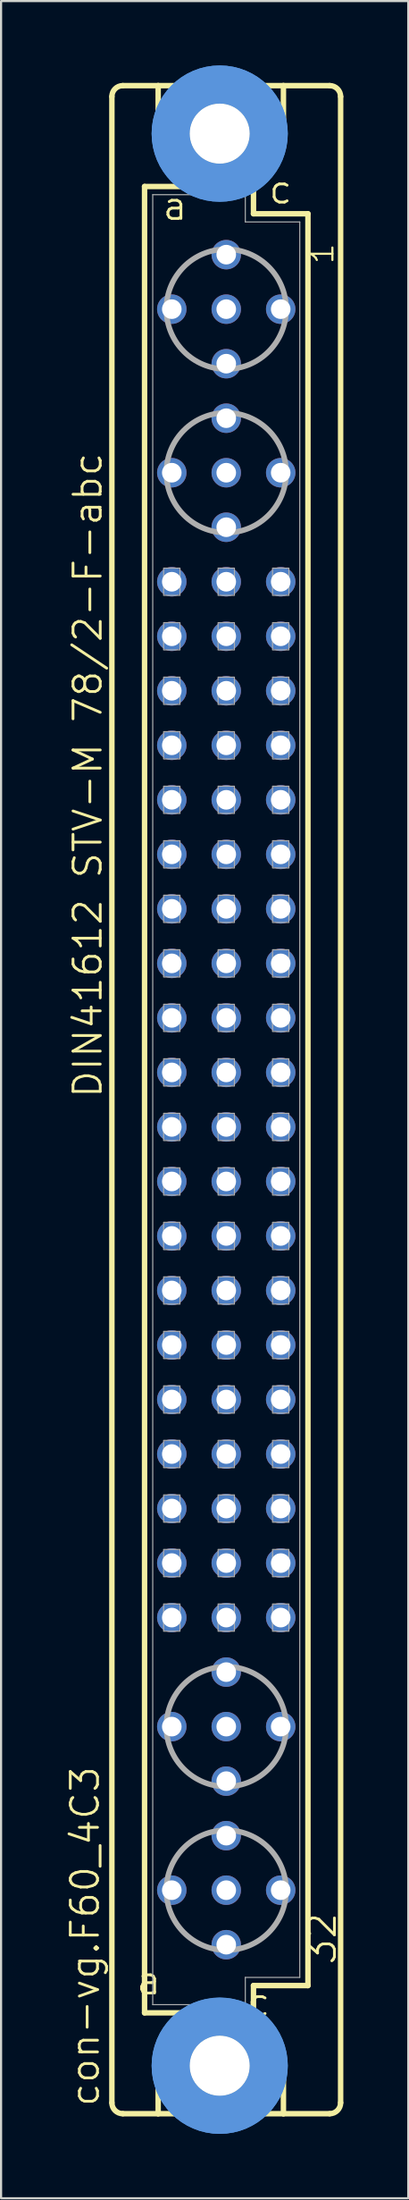
<source format=kicad_pcb>
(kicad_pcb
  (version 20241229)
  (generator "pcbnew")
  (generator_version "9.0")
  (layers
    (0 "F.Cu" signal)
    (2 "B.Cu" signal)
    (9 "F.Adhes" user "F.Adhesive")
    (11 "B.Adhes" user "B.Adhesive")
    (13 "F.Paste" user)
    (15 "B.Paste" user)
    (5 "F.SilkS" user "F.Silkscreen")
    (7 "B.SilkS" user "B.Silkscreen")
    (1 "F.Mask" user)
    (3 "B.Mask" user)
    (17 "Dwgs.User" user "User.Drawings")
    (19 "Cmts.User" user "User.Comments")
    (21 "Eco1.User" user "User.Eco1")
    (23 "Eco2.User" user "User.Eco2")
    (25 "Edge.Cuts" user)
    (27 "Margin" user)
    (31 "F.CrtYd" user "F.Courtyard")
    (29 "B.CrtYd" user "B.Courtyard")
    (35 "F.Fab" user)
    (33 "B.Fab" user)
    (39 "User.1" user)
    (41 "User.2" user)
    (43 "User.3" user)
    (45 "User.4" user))
  (footprint "con-vg.F60_4C3"
    (layer "F.Cu")
    (at 7.502 48.184)
    (property "Reference" "con-vg.F60_4C3" (at -5.842 46.99 90) (layer "F.SilkS") (effects (font (size 1.27 1.27) (thickness 0.13)) (justify left bottom)))
    (attr through_hole)
    (fp_line (start -5.334 46.736) (end -5.334 -46.736) (stroke (width 0.254) (type default)) (layer "F.SilkS"))
    (fp_line (start -4.826 -47.244) (end -3.175 -47.244) (stroke (width 0.254) (type default)) (layer "F.SilkS"))
    (fp_line (start -4.826 47.244) (end -3.175 47.244) (stroke (width 0.254) (type default)) (layer "F.SilkS"))
    (fp_line (start -3.81 -42.545) (end -3.81 42.545) (stroke (width 0.254) (type default)) (layer "F.SilkS"))
    (fp_line (start -3.81 42.545) (end -1.651 42.545) (stroke (width 0.254) (type default)) (layer "F.SilkS"))
    (fp_line (start -3.175 -47.244) (end -3.175 -44.45) (stroke (width 0.254) (type default)) (layer "F.SilkS"))
    (fp_line (start -3.175 47.244) (end -3.175 44.45) (stroke (width 0.254) (type default)) (layer "F.SilkS"))
    (fp_line (start -3.175 47.244) (end 2.667 47.244) (stroke (width 0.254) (type default)) (layer "F.SilkS"))
    (fp_line (start -1.651 -42.545) (end -3.81 -42.545) (stroke (width 0.254) (type default)) (layer "F.SilkS"))
    (fp_line (start -1.651 -42.545) (end -3.175 -44.45) (stroke (width 0.254) (type default)) (layer "F.SilkS"))
    (fp_line (start -1.651 42.545) (end -3.175 44.45) (stroke (width 0.254) (type default)) (layer "F.SilkS"))
    (fp_line (start -1.651 42.545) (end 1.143 42.545) (stroke (width 0.254) (type default)) (layer "F.SilkS"))
    (fp_line (start 1.143 -42.545) (end -1.651 -42.545) (stroke (width 0.254) (type default)) (layer "F.SilkS"))
    (fp_line (start 1.143 -42.545) (end 2.667 -44.45) (stroke (width 0.254) (type default)) (layer "F.SilkS"))
    (fp_line (start 1.143 42.545) (end 1.27 42.545) (stroke (width 0.254) (type default)) (layer "F.SilkS"))
    (fp_line (start 1.143 42.545) (end 2.667 44.45) (stroke (width 0.254) (type default)) (layer "F.SilkS"))
    (fp_line (start 1.27 -42.545) (end 1.143 -42.545) (stroke (width 0.254) (type default)) (layer "F.SilkS"))
    (fp_line (start 1.27 -41.275) (end 1.27 -42.545) (stroke (width 0.254) (type default)) (layer "F.SilkS"))
    (fp_line (start 1.27 41.275) (end 3.81 41.275) (stroke (width 0.254) (type default)) (layer "F.SilkS"))
    (fp_line (start 1.27 42.545) (end 1.27 41.275) (stroke (width 0.254) (type default)) (layer "F.SilkS"))
    (fp_line (start 2.667 -47.244) (end -3.175 -47.244) (stroke (width 0.254) (type default)) (layer "F.SilkS"))
    (fp_line (start 2.667 -47.244) (end 2.667 -44.45) (stroke (width 0.254) (type default)) (layer "F.SilkS"))
    (fp_line (start 2.667 47.244) (end 2.667 44.45) (stroke (width 0.254) (type default)) (layer "F.SilkS"))
    (fp_line (start 2.667 47.244) (end 4.826 47.244) (stroke (width 0.254) (type default)) (layer "F.SilkS"))
    (fp_line (start 3.81 -41.275) (end 1.27 -41.275) (stroke (width 0.254) (type default)) (layer "F.SilkS"))
    (fp_line (start 3.81 41.275) (end 3.81 -41.275) (stroke (width 0.254) (type default)) (layer "F.SilkS"))
    (fp_line (start 4.826 -47.244) (end 2.667 -47.244) (stroke (width 0.254) (type default)) (layer "F.SilkS"))
    (fp_line (start 5.334 46.736) (end 5.334 -46.736) (stroke (width 0.254) (type default)) (layer "F.SilkS"))
    (fp_arc (start -5.334 -46.736) (mid -5.18521 -47.09521) (end -4.826 -47.244) (stroke (width 0.254) (type default)) (layer "F.SilkS"))
    (fp_arc (start -4.826 47.244) (mid -5.18521 47.09521) (end -5.334 46.736) (stroke (width 0.254) (type default)) (layer "F.SilkS"))
    (fp_arc (start 4.826 -47.244) (mid 5.18521 -47.09521) (end 5.334 -46.736) (stroke (width 0.254) (type default)) (layer "F.SilkS"))
    (fp_arc (start 5.334 46.736) (mid 5.18521 47.09521) (end 4.826 47.244) (stroke (width 0.254) (type default)) (layer "F.SilkS"))
    (fp_circle (center -0.305 -45.009) (end 0.965 -45.009) (stroke (width 0.254) (type default)) (fill no) (layer "F.SilkS"))
    (fp_circle (center -0.305 45.009) (end 0.965 45.009) (stroke (width 0.254) (type default)) (fill no) (layer "F.SilkS"))
    (fp_circle (center -0.305 -45.009) (end 1.981 -45.009) (stroke (width 1.778) (type default)) (fill no) (layer "Cmts.User"))
    (fp_circle (center -0.305 -45.009) (end 1.981 -45.009) (stroke (width 1.778) (type default)) (fill no) (layer "Cmts.User"))
    (fp_circle (center -0.305 45.009) (end 1.981 45.009) (stroke (width 1.778) (type default)) (fill no) (layer "Cmts.User"))
    (fp_circle (center -0.305 45.009) (end 1.981 45.009) (stroke (width 1.778) (type default)) (fill no) (layer "Cmts.User"))
    (fp_line (start -3.429 -42.164) (end -3.429 42.164) (stroke (width 0.051) (type default)) (layer "F.Fab"))
    (fp_line (start -3.429 -42.164) (end 0.889 -42.164) (stroke (width 0.051) (type default)) (layer "F.Fab"))
    (fp_line (start -3.429 42.164) (end 0.889 42.164) (stroke (width 0.051) (type default)) (layer "F.Fab"))
    (fp_line (start 0.889 -42.164) (end 0.889 -40.894) (stroke (width 0.051) (type default)) (layer "F.Fab"))
    (fp_line (start 0.889 -40.894) (end 3.429 -40.894) (stroke (width 0.051) (type default)) (layer "F.Fab"))
    (fp_line (start 0.889 40.894) (end 3.429 40.894) (stroke (width 0.051) (type default)) (layer "F.Fab"))
    (fp_line (start 0.889 42.164) (end 0.889 40.894) (stroke (width 0.051) (type default)) (layer "F.Fab"))
    (fp_line (start 3.429 -40.894) (end 3.429 40.894) (stroke (width 0.051) (type default)) (layer "F.Fab"))
    (fp_rect (start -2.921 -23.495) (end -2.159 -24.765) (stroke (width 0.05) (type default)) (fill no) (layer "F.Fab"))
    (fp_rect (start -2.921 -20.955) (end -2.159 -22.225) (stroke (width 0.05) (type default)) (fill no) (layer "F.Fab"))
    (fp_rect (start -2.921 -18.415) (end -2.159 -19.685) (stroke (width 0.05) (type default)) (fill no) (layer "F.Fab"))
    (fp_rect (start -2.921 -15.875) (end -2.159 -17.145) (stroke (width 0.05) (type default)) (fill no) (layer "F.Fab"))
    (fp_rect (start -2.921 -13.335) (end -2.159 -14.605) (stroke (width 0.05) (type default)) (fill no) (layer "F.Fab"))
    (fp_rect (start -2.921 -10.795) (end -2.159 -12.065) (stroke (width 0.05) (type default)) (fill no) (layer "F.Fab"))
    (fp_rect (start -2.921 -8.255) (end -2.159 -9.525) (stroke (width 0.05) (type default)) (fill no) (layer "F.Fab"))
    (fp_rect (start -2.921 -5.715) (end -2.159 -6.985) (stroke (width 0.05) (type default)) (fill no) (layer "F.Fab"))
    (fp_rect (start -2.921 -3.175) (end -2.159 -4.445) (stroke (width 0.05) (type default)) (fill no) (layer "F.Fab"))
    (fp_rect (start -2.921 -0.635) (end -2.159 -1.905) (stroke (width 0.05) (type default)) (fill no) (layer "F.Fab"))
    (fp_rect (start -2.921 1.905) (end -2.159 0.635) (stroke (width 0.05) (type default)) (fill no) (layer "F.Fab"))
    (fp_rect (start -2.921 4.445) (end -2.159 3.175) (stroke (width 0.05) (type default)) (fill no) (layer "F.Fab"))
    (fp_rect (start -2.921 6.985) (end -2.159 5.715) (stroke (width 0.05) (type default)) (fill no) (layer "F.Fab"))
    (fp_rect (start -2.921 9.525) (end -2.159 8.255) (stroke (width 0.05) (type default)) (fill no) (layer "F.Fab"))
    (fp_rect (start -2.921 12.065) (end -2.159 10.795) (stroke (width 0.05) (type default)) (fill no) (layer "F.Fab"))
    (fp_rect (start -2.921 14.605) (end -2.159 13.335) (stroke (width 0.05) (type default)) (fill no) (layer "F.Fab"))
    (fp_rect (start -2.921 17.145) (end -2.159 15.875) (stroke (width 0.05) (type default)) (fill no) (layer "F.Fab"))
    (fp_rect (start -2.921 19.685) (end -2.159 18.415) (stroke (width 0.05) (type default)) (fill no) (layer "F.Fab"))
    (fp_rect (start -2.921 22.225) (end -2.159 20.955) (stroke (width 0.05) (type default)) (fill no) (layer "F.Fab"))
    (fp_rect (start -2.921 24.765) (end -2.159 23.495) (stroke (width 0.05) (type default)) (fill no) (layer "F.Fab"))
    (fp_rect (start -0.381 -23.495) (end 0.381 -24.765) (stroke (width 0.05) (type default)) (fill no) (layer "F.Fab"))
    (fp_rect (start -0.381 -20.955) (end 0.381 -22.225) (stroke (width 0.05) (type default)) (fill no) (layer "F.Fab"))
    (fp_rect (start -0.381 -18.415) (end 0.381 -19.685) (stroke (width 0.05) (type default)) (fill no) (layer "F.Fab"))
    (fp_rect (start -0.381 -15.875) (end 0.381 -17.145) (stroke (width 0.05) (type default)) (fill no) (layer "F.Fab"))
    (fp_rect (start -0.381 -13.335) (end 0.381 -14.605) (stroke (width 0.05) (type default)) (fill no) (layer "F.Fab"))
    (fp_rect (start -0.381 -10.795) (end 0.381 -12.065) (stroke (width 0.05) (type default)) (fill no) (layer "F.Fab"))
    (fp_rect (start -0.381 -8.255) (end 0.381 -9.525) (stroke (width 0.05) (type default)) (fill no) (layer "F.Fab"))
    (fp_rect (start -0.381 -5.715) (end 0.381 -6.985) (stroke (width 0.05) (type default)) (fill no) (layer "F.Fab"))
    (fp_rect (start -0.381 -3.175) (end 0.381 -4.445) (stroke (width 0.05) (type default)) (fill no) (layer "F.Fab"))
    (fp_rect (start -0.381 -0.635) (end 0.381 -1.905) (stroke (width 0.05) (type default)) (fill no) (layer "F.Fab"))
    (fp_rect (start -0.381 1.905) (end 0.381 0.635) (stroke (width 0.05) (type default)) (fill no) (layer "F.Fab"))
    (fp_rect (start -0.381 4.445) (end 0.381 3.175) (stroke (width 0.05) (type default)) (fill no) (layer "F.Fab"))
    (fp_rect (start -0.381 6.985) (end 0.381 5.715) (stroke (width 0.05) (type default)) (fill no) (layer "F.Fab"))
    (fp_rect (start -0.381 9.525) (end 0.381 8.255) (stroke (width 0.05) (type default)) (fill no) (layer "F.Fab"))
    (fp_rect (start -0.381 12.065) (end 0.381 10.795) (stroke (width 0.05) (type default)) (fill no) (layer "F.Fab"))
    (fp_rect (start -0.381 14.605) (end 0.381 13.335) (stroke (width 0.05) (type default)) (fill no) (layer "F.Fab"))
    (fp_rect (start -0.381 17.145) (end 0.381 15.875) (stroke (width 0.05) (type default)) (fill no) (layer "F.Fab"))
    (fp_rect (start -0.381 19.685) (end 0.381 18.415) (stroke (width 0.05) (type default)) (fill no) (layer "F.Fab"))
    (fp_rect (start -0.381 22.225) (end 0.381 20.955) (stroke (width 0.05) (type default)) (fill no) (layer "F.Fab"))
    (fp_rect (start -0.381 24.765) (end 0.381 23.495) (stroke (width 0.05) (type default)) (fill no) (layer "F.Fab"))
    (fp_rect (start 2.159 -23.495) (end 2.921 -24.765) (stroke (width 0.05) (type default)) (fill no) (layer "F.Fab"))
    (fp_rect (start 2.159 -20.955) (end 2.921 -22.225) (stroke (width 0.05) (type default)) (fill no) (layer "F.Fab"))
    (fp_rect (start 2.159 -18.415) (end 2.921 -19.685) (stroke (width 0.05) (type default)) (fill no) (layer "F.Fab"))
    (fp_rect (start 2.159 -15.875) (end 2.921 -17.145) (stroke (width 0.05) (type default)) (fill no) (layer "F.Fab"))
    (fp_rect (start 2.159 -13.335) (end 2.921 -14.605) (stroke (width 0.05) (type default)) (fill no) (layer "F.Fab"))
    (fp_rect (start 2.159 -10.795) (end 2.921 -12.065) (stroke (width 0.05) (type default)) (fill no) (layer "F.Fab"))
    (fp_rect (start 2.159 -8.255) (end 2.921 -9.525) (stroke (width 0.05) (type default)) (fill no) (layer "F.Fab"))
    (fp_rect (start 2.159 -5.715) (end 2.921 -6.985) (stroke (width 0.05) (type default)) (fill no) (layer "F.Fab"))
    (fp_rect (start 2.159 -3.175) (end 2.921 -4.445) (stroke (width 0.05) (type default)) (fill no) (layer "F.Fab"))
    (fp_rect (start 2.159 -0.635) (end 2.921 -1.905) (stroke (width 0.05) (type default)) (fill no) (layer "F.Fab"))
    (fp_rect (start 2.159 1.905) (end 2.921 0.635) (stroke (width 0.05) (type default)) (fill no) (layer "F.Fab"))
    (fp_rect (start 2.159 4.445) (end 2.921 3.175) (stroke (width 0.05) (type default)) (fill no) (layer "F.Fab"))
    (fp_rect (start 2.159 6.985) (end 2.921 5.715) (stroke (width 0.05) (type default)) (fill no) (layer "F.Fab"))
    (fp_rect (start 2.159 9.525) (end 2.921 8.255) (stroke (width 0.05) (type default)) (fill no) (layer "F.Fab"))
    (fp_rect (start 2.159 12.065) (end 2.921 10.795) (stroke (width 0.05) (type default)) (fill no) (layer "F.Fab"))
    (fp_rect (start 2.159 14.605) (end 2.921 13.335) (stroke (width 0.05) (type default)) (fill no) (layer "F.Fab"))
    (fp_rect (start 2.159 17.145) (end 2.921 15.875) (stroke (width 0.05) (type default)) (fill no) (layer "F.Fab"))
    (fp_rect (start 2.159 19.685) (end 2.921 18.415) (stroke (width 0.05) (type default)) (fill no) (layer "F.Fab"))
    (fp_rect (start 2.159 22.225) (end 2.921 20.955) (stroke (width 0.05) (type default)) (fill no) (layer "F.Fab"))
    (fp_rect (start 2.159 24.765) (end 2.921 23.495) (stroke (width 0.05) (type default)) (fill no) (layer "F.Fab"))
    (fp_circle (center 0 -36.83) (end 2.794 -36.83) (stroke (width 0.254) (type default)) (fill no) (layer "F.Fab"))
    (fp_circle (center 0 -29.21) (end 2.794 -29.21) (stroke (width 0.254) (type default)) (fill no) (layer "F.Fab"))
    (fp_circle (center 0 29.21) (end 2.794 29.21) (stroke (width 0.254) (type default)) (fill no) (layer "F.Fab"))
    (fp_circle (center 0 36.83) (end 2.794 36.83) (stroke (width 0.254) (type default)) (fill no) (layer "F.Fab"))
    (fp_text user "c" (at 1.905 -41.656 0) (layer "F.SilkS") (effects (font (size 1.27 1.27) (thickness 0.13)) (justify left bottom)))
    (fp_text user "a " (at -4.275 41.783 0) (layer "F.SilkS") (effects (font (size 1.27 1.27) (thickness 0.13)) (justify left bottom)))
    (fp_text user "32" (at 5.207 40.386 90) (layer "F.SilkS") (effects (font (size 1.27 1.27) (thickness 0.13)) (justify left bottom)))
    (fp_text user "c " (at 0.878 42.799 0) (layer "F.SilkS") (effects (font (size 1.27 1.27) (thickness 0.13)) (justify left bottom)))
    (fp_text user "1" (at 5.08 -38.862 90) (layer "F.SilkS") (effects (font (size 1.016 1.016) (thickness 0.1)) (justify left bottom)))
    (fp_text user "DIN41612 STV-M 78/2-F-abc" (at -5.715 0 90) (layer "F.SilkS") (effects (font (size 1.27 1.27) (thickness 0.13)) (justify left bottom)))
    (fp_text user "a" (at -3.048 -40.894 0) (layer "F.SilkS") (effects (font (size 1.27 1.27) (thickness 0.13)) (justify left bottom)))
    (pad "" np_thru_hole circle (at -0.305 -45.009) (size 2.794 2.794) (drill 2.794) (layers "*.Cu" "*.Mask"))
    (pad "" np_thru_hole circle (at -0.305 45.009) (size 2.794 2.794) (drill 2.794) (layers "*.Cu" "*.Mask"))
    (pad "A2" thru_hole circle (at -2.54 -36.83) (size 1.372 1.372) (drill 0.914) (layers "*.Cu" "*.Mask"))
    (pad "A5" thru_hole circle (at -2.54 -29.21) (size 1.372 1.372) (drill 0.914) (layers "*.Cu" "*.Mask"))
    (pad "A7" thru_hole circle (at -2.54 -24.13) (size 1.372 1.372) (drill 0.914) (layers "*.Cu" "*.Mask"))
    (pad "A8" thru_hole circle (at -2.54 -21.59) (size 1.372 1.372) (drill 0.914) (layers "*.Cu" "*.Mask"))
    (pad "A9" thru_hole circle (at -2.54 -19.05) (size 1.372 1.372) (drill 0.914) (layers "*.Cu" "*.Mask"))
    (pad "A10" thru_hole circle (at -2.54 -16.51) (size 1.372 1.372) (drill 0.914) (layers "*.Cu" "*.Mask"))
    (pad "A11" thru_hole circle (at -2.54 -13.97) (size 1.372 1.372) (drill 0.914) (layers "*.Cu" "*.Mask"))
    (pad "A12" thru_hole circle (at -2.54 -11.43) (size 1.372 1.372) (drill 0.914) (layers "*.Cu" "*.Mask"))
    (pad "A13" thru_hole circle (at -2.54 -8.89) (size 1.372 1.372) (drill 0.914) (layers "*.Cu" "*.Mask"))
    (pad "A14" thru_hole circle (at -2.54 -6.35) (size 1.372 1.372) (drill 0.914) (layers "*.Cu" "*.Mask"))
    (pad "A15" thru_hole circle (at -2.54 -3.81) (size 1.372 1.372) (drill 0.914) (layers "*.Cu" "*.Mask"))
    (pad "A16" thru_hole circle (at -2.54 -1.27) (size 1.372 1.372) (drill 0.914) (layers "*.Cu" "*.Mask"))
    (pad "A17" thru_hole circle (at -2.54 1.27) (size 1.372 1.372) (drill 0.914) (layers "*.Cu" "*.Mask"))
    (pad "A18" thru_hole circle (at -2.54 3.81) (size 1.372 1.372) (drill 0.914) (layers "*.Cu" "*.Mask"))
    (pad "A19" thru_hole circle (at -2.54 6.35) (size 1.372 1.372) (drill 0.914) (layers "*.Cu" "*.Mask"))
    (pad "A20" thru_hole circle (at -2.54 8.89) (size 1.372 1.372) (drill 0.914) (layers "*.Cu" "*.Mask"))
    (pad "A21" thru_hole circle (at -2.54 11.43) (size 1.372 1.372) (drill 0.914) (layers "*.Cu" "*.Mask"))
    (pad "A22" thru_hole circle (at -2.54 13.97) (size 1.372 1.372) (drill 0.914) (layers "*.Cu" "*.Mask"))
    (pad "A23" thru_hole circle (at -2.54 16.51) (size 1.372 1.372) (drill 0.914) (layers "*.Cu" "*.Mask"))
    (pad "A24" thru_hole circle (at -2.54 19.05) (size 1.372 1.372) (drill 0.914) (layers "*.Cu" "*.Mask"))
    (pad "A25" thru_hole circle (at -2.54 21.59) (size 1.372 1.372) (drill 0.914) (layers "*.Cu" "*.Mask"))
    (pad "A26" thru_hole circle (at -2.54 24.13) (size 1.372 1.372) (drill 0.914) (layers "*.Cu" "*.Mask"))
    (pad "A28" thru_hole circle (at -2.54 29.21) (size 1.372 1.372) (drill 0.914) (layers "*.Cu" "*.Mask"))
    (pad "A31" thru_hole circle (at -2.54 36.83) (size 1.372 1.372) (drill 0.914) (layers "*.Cu" "*.Mask"))
    (pad "B1" thru_hole circle (at 0 -39.37) (size 1.372 1.372) (drill 0.914) (layers "*.Cu" "*.Mask"))
    (pad "B2" thru_hole circle (at 0 -36.83) (size 1.372 1.372) (drill 0.914) (layers "*.Cu" "*.Mask"))
    (pad "B3" thru_hole circle (at 0 -34.29) (size 1.372 1.372) (drill 0.914) (layers "*.Cu" "*.Mask"))
    (pad "B4" thru_hole circle (at 0 -31.75) (size 1.372 1.372) (drill 0.914) (layers "*.Cu" "*.Mask"))
    (pad "B5" thru_hole circle (at 0 -29.21) (size 1.372 1.372) (drill 0.914) (layers "*.Cu" "*.Mask"))
    (pad "B6" thru_hole circle (at 0 -26.67) (size 1.372 1.372) (drill 0.914) (layers "*.Cu" "*.Mask"))
    (pad "B7" thru_hole circle (at 0 -24.13) (size 1.372 1.372) (drill 0.914) (layers "*.Cu" "*.Mask"))
    (pad "B8" thru_hole circle (at 0 -21.59) (size 1.372 1.372) (drill 0.914) (layers "*.Cu" "*.Mask"))
    (pad "B9" thru_hole circle (at 0 -19.05) (size 1.372 1.372) (drill 0.914) (layers "*.Cu" "*.Mask"))
    (pad "B10" thru_hole circle (at 0 -16.51) (size 1.372 1.372) (drill 0.914) (layers "*.Cu" "*.Mask"))
    (pad "B11" thru_hole circle (at 0 -13.97) (size 1.372 1.372) (drill 0.914) (layers "*.Cu" "*.Mask"))
    (pad "B12" thru_hole circle (at 0 -11.43) (size 1.372 1.372) (drill 0.914) (layers "*.Cu" "*.Mask"))
    (pad "B13" thru_hole circle (at 0 -8.89) (size 1.372 1.372) (drill 0.914) (layers "*.Cu" "*.Mask"))
    (pad "B14" thru_hole circle (at 0 -6.35) (size 1.372 1.372) (drill 0.914) (layers "*.Cu" "*.Mask"))
    (pad "B15" thru_hole circle (at 0 -3.81) (size 1.372 1.372) (drill 0.914) (layers "*.Cu" "*.Mask"))
    (pad "B16" thru_hole circle (at 0 -1.27) (size 1.372 1.372) (drill 0.914) (layers "*.Cu" "*.Mask"))
    (pad "B17" thru_hole circle (at 0 1.27) (size 1.372 1.372) (drill 0.914) (layers "*.Cu" "*.Mask"))
    (pad "B18" thru_hole circle (at 0 3.81) (size 1.372 1.372) (drill 0.914) (layers "*.Cu" "*.Mask"))
    (pad "B19" thru_hole circle (at 0 6.35) (size 1.372 1.372) (drill 0.914) (layers "*.Cu" "*.Mask"))
    (pad "B20" thru_hole circle (at 0 8.89) (size 1.372 1.372) (drill 0.914) (layers "*.Cu" "*.Mask"))
    (pad "B21" thru_hole circle (at 0 11.43) (size 1.372 1.372) (drill 0.914) (layers "*.Cu" "*.Mask"))
    (pad "B22" thru_hole circle (at 0 13.97) (size 1.372 1.372) (drill 0.914) (layers "*.Cu" "*.Mask"))
    (pad "B23" thru_hole circle (at 0 16.51) (size 1.372 1.372) (drill 0.914) (layers "*.Cu" "*.Mask"))
    (pad "B24" thru_hole circle (at 0 19.05) (size 1.372 1.372) (drill 0.914) (layers "*.Cu" "*.Mask"))
    (pad "B25" thru_hole circle (at 0 21.59) (size 1.372 1.372) (drill 0.914) (layers "*.Cu" "*.Mask"))
    (pad "B26" thru_hole circle (at 0 24.13) (size 1.372 1.372) (drill 0.914) (layers "*.Cu" "*.Mask"))
    (pad "B27" thru_hole circle (at 0 26.67) (size 1.372 1.372) (drill 0.914) (layers "*.Cu" "*.Mask"))
    (pad "B28" thru_hole circle (at 0 29.21) (size 1.372 1.372) (drill 0.914) (layers "*.Cu" "*.Mask"))
    (pad "B29" thru_hole circle (at 0 31.75) (size 1.372 1.372) (drill 0.914) (layers "*.Cu" "*.Mask"))
    (pad "B30" thru_hole circle (at 0 34.29) (size 1.372 1.372) (drill 0.914) (layers "*.Cu" "*.Mask"))
    (pad "B31" thru_hole circle (at 0 36.83) (size 1.372 1.372) (drill 0.914) (layers "*.Cu" "*.Mask"))
    (pad "B32" thru_hole circle (at 0 39.37) (size 1.372 1.372) (drill 0.914) (layers "*.Cu" "*.Mask"))
    (pad "C2" thru_hole circle (at 2.54 -36.83) (size 1.372 1.372) (drill 0.914) (layers "*.Cu" "*.Mask"))
    (pad "C5" thru_hole circle (at 2.54 -29.21) (size 1.372 1.372) (drill 0.914) (layers "*.Cu" "*.Mask"))
    (pad "C7" thru_hole circle (at 2.54 -24.13) (size 1.372 1.372) (drill 0.914) (layers "*.Cu" "*.Mask"))
    (pad "C8" thru_hole circle (at 2.54 -21.59) (size 1.372 1.372) (drill 0.914) (layers "*.Cu" "*.Mask"))
    (pad "C9" thru_hole circle (at 2.54 -19.05) (size 1.372 1.372) (drill 0.914) (layers "*.Cu" "*.Mask"))
    (pad "C10" thru_hole circle (at 2.54 -16.51) (size 1.372 1.372) (drill 0.914) (layers "*.Cu" "*.Mask"))
    (pad "C11" thru_hole circle (at 2.54 -13.97) (size 1.372 1.372) (drill 0.914) (layers "*.Cu" "*.Mask"))
    (pad "C12" thru_hole circle (at 2.54 -11.43) (size 1.372 1.372) (drill 0.914) (layers "*.Cu" "*.Mask"))
    (pad "C13" thru_hole circle (at 2.54 -8.89) (size 1.372 1.372) (drill 0.914) (layers "*.Cu" "*.Mask"))
    (pad "C14" thru_hole circle (at 2.54 -6.35) (size 1.372 1.372) (drill 0.914) (layers "*.Cu" "*.Mask"))
    (pad "C15" thru_hole circle (at 2.54 -3.81) (size 1.372 1.372) (drill 0.914) (layers "*.Cu" "*.Mask"))
    (pad "C16" thru_hole circle (at 2.54 -1.27) (size 1.372 1.372) (drill 0.914) (layers "*.Cu" "*.Mask"))
    (pad "C17" thru_hole circle (at 2.54 1.27) (size 1.372 1.372) (drill 0.914) (layers "*.Cu" "*.Mask"))
    (pad "C18" thru_hole circle (at 2.54 3.81) (size 1.372 1.372) (drill 0.914) (layers "*.Cu" "*.Mask"))
    (pad "C19" thru_hole circle (at 2.54 6.35) (size 1.372 1.372) (drill 0.914) (layers "*.Cu" "*.Mask"))
    (pad "C20" thru_hole circle (at 2.54 8.89) (size 1.372 1.372) (drill 0.914) (layers "*.Cu" "*.Mask"))
    (pad "C21" thru_hole circle (at 2.54 11.43) (size 1.372 1.372) (drill 0.914) (layers "*.Cu" "*.Mask"))
    (pad "C22" thru_hole circle (at 2.54 13.97) (size 1.372 1.372) (drill 0.914) (layers "*.Cu" "*.Mask"))
    (pad "C23" thru_hole circle (at 2.54 16.51) (size 1.372 1.372) (drill 0.914) (layers "*.Cu" "*.Mask"))
    (pad "C24" thru_hole circle (at 2.54 19.05) (size 1.372 1.372) (drill 0.914) (layers "*.Cu" "*.Mask"))
    (pad "C25" thru_hole circle (at 2.54 21.59) (size 1.372 1.372) (drill 0.914) (layers "*.Cu" "*.Mask"))
    (pad "C26" thru_hole circle (at 2.54 24.13) (size 1.372 1.372) (drill 0.914) (layers "*.Cu" "*.Mask"))
    (pad "C28" thru_hole circle (at 2.54 29.21) (size 1.372 1.372) (drill 0.914) (layers "*.Cu" "*.Mask"))
    (pad "C31" thru_hole circle (at 2.54 36.83) (size 1.372 1.372) (drill 0.914) (layers "*.Cu" "*.Mask")))
  (gr_rect
    (start -3 -3)
    (end 15.991 99.368)
    (stroke (width 0.1) (type default))
    (fill no)
    (layer "Edge.Cuts")))
</source>
